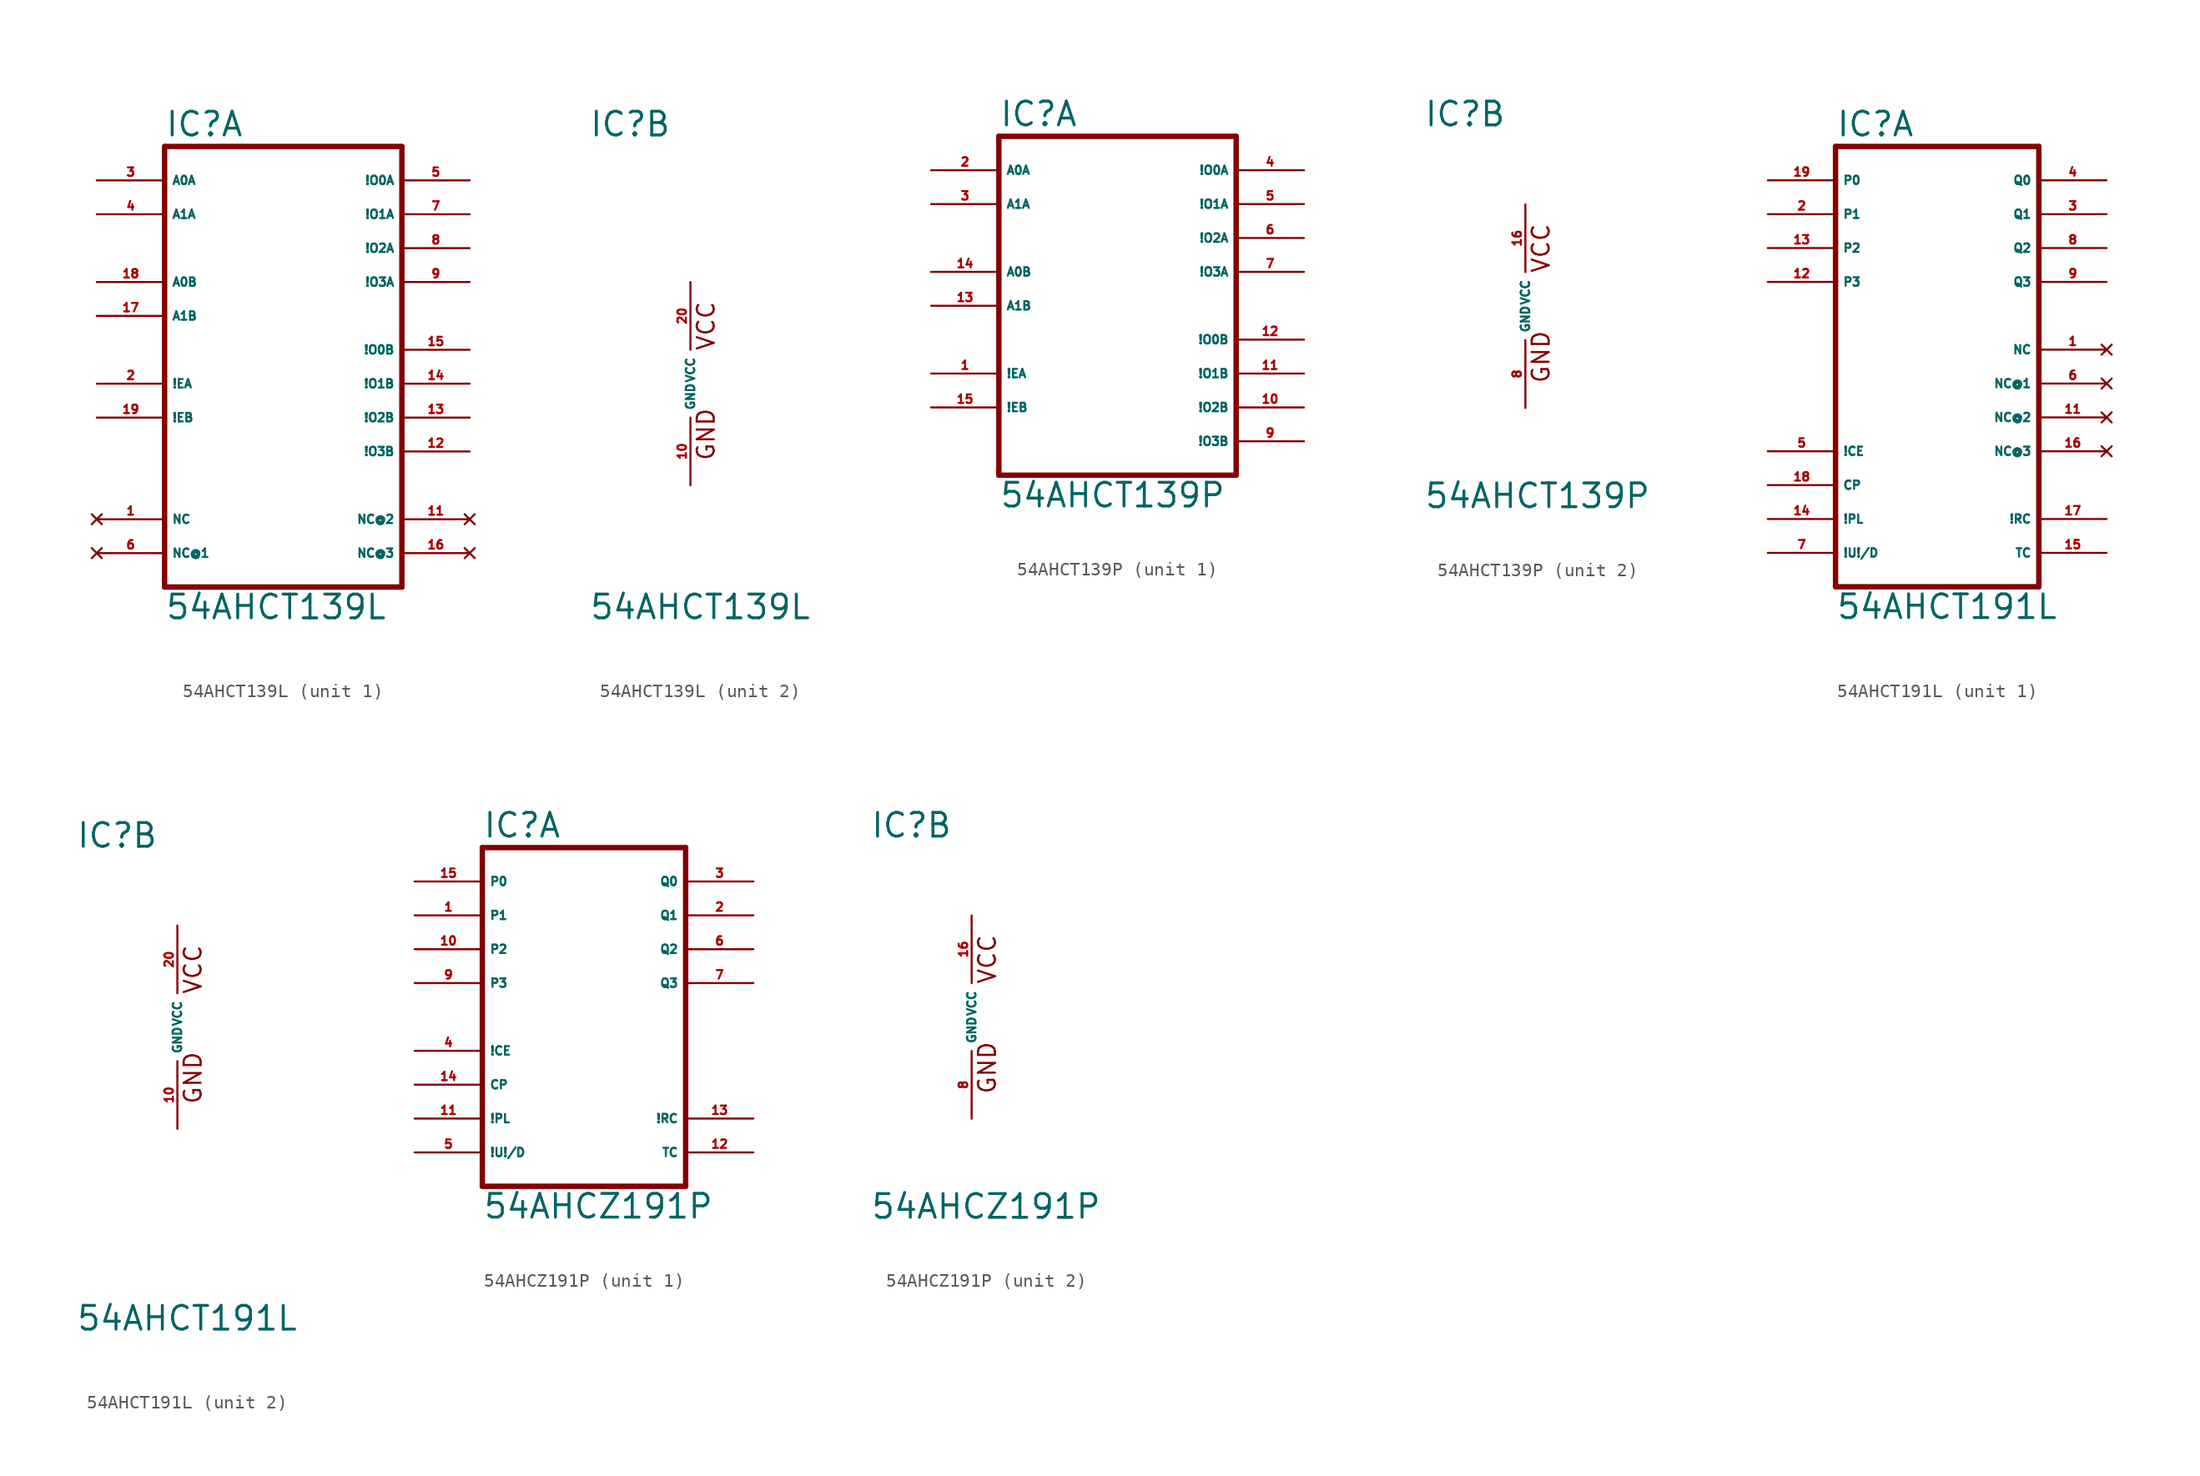
<source format=kicad_sym>
(kicad_symbol_lib
  (version 20220914)
  (generator Eagle2Kicad)
  (symbol "54AHCT139L"
    (property "Reference" "IC"
      (at -7.62 18.415 0)
      (effects (font (size 1.778 1.778) (thickness 0.22)) (justify left bottom)))
    (property "Value" "54AHCT139L"
      (at -7.62 -17.78 0)
      (effects (font (size 1.778 1.778) (thickness 0.22)) (justify left bottom)))
    (symbol "54AHCT139L_1_0"
      (polyline (pts (xy -7.62 -15.24) (xy 10.16 -15.24)) (stroke (width 0.406) (type default)) (fill (type none)))
      (polyline (pts (xy 10.16 -15.24) (xy 10.16 17.78)) (stroke (width 0.406) (type default)) (fill (type none)))
      (polyline (pts (xy 10.16 17.78) (xy -7.62 17.78)) (stroke (width 0.406) (type default)) (fill (type none)))
      (polyline (pts (xy -7.62 17.78) (xy -7.62 -15.24)) (stroke (width 0.406) (type default)) (fill (type none)))
      (pin input line (at -12.7 15.24 0) (length 5.08) (name "A0A" (effects (font (size 0.635 0.635) (thickness 0.08)) (justify left bottom))) (number "3" (effects (font (size 0.635 0.635) (thickness 0.08)) (justify left bottom))))
      (pin input line (at -12.7 12.7 0) (length 5.08) (name "A1A" (effects (font (size 0.635 0.635) (thickness 0.08)) (justify left bottom))) (number "4" (effects (font (size 0.635 0.635) (thickness 0.08)) (justify left bottom))))
      (pin input line (at -12.7 7.62 0) (length 5.08) (name "A0B" (effects (font (size 0.635 0.635) (thickness 0.08)) (justify left bottom))) (number "18" (effects (font (size 0.635 0.635) (thickness 0.08)) (justify left bottom))))
      (pin input line (at -12.7 5.08 0) (length 5.08) (name "A1B" (effects (font (size 0.635 0.635) (thickness 0.08)) (justify left bottom))) (number "17" (effects (font (size 0.635 0.635) (thickness 0.08)) (justify left bottom))))
      (pin input line (at -12.7 0 0) (length 5.08) (name "!EA" (effects (font (size 0.635 0.635) (thickness 0.08)) (justify left bottom))) (number "2" (effects (font (size 0.635 0.635) (thickness 0.08)) (justify left bottom))))
      (pin input line (at -12.7 -2.54 0) (length 5.08) (name "!EB" (effects (font (size 0.635 0.635) (thickness 0.08)) (justify left bottom))) (number "19" (effects (font (size 0.635 0.635) (thickness 0.08)) (justify left bottom))))
      (pin output line (at 15.24 15.24 180) (length 5.08) (name "!O0A" (effects (font (size 0.635 0.635) (thickness 0.08)) (justify left bottom))) (number "5" (effects (font (size 0.635 0.635) (thickness 0.08)) (justify left bottom))))
      (pin output line (at 15.24 12.7 180) (length 5.08) (name "!O1A" (effects (font (size 0.635 0.635) (thickness 0.08)) (justify left bottom))) (number "7" (effects (font (size 0.635 0.635) (thickness 0.08)) (justify left bottom))))
      (pin output line (at 15.24 10.16 180) (length 5.08) (name "!O2A" (effects (font (size 0.635 0.635) (thickness 0.08)) (justify left bottom))) (number "8" (effects (font (size 0.635 0.635) (thickness 0.08)) (justify left bottom))))
      (pin output line (at 15.24 7.62 180) (length 5.08) (name "!O3A" (effects (font (size 0.635 0.635) (thickness 0.08)) (justify left bottom))) (number "9" (effects (font (size 0.635 0.635) (thickness 0.08)) (justify left bottom))))
      (pin output line (at 15.24 2.54 180) (length 5.08) (name "!O0B" (effects (font (size 0.635 0.635) (thickness 0.08)) (justify left bottom))) (number "15" (effects (font (size 0.635 0.635) (thickness 0.08)) (justify left bottom))))
      (pin output line (at 15.24 0 180) (length 5.08) (name "!O1B" (effects (font (size 0.635 0.635) (thickness 0.08)) (justify left bottom))) (number "14" (effects (font (size 0.635 0.635) (thickness 0.08)) (justify left bottom))))
      (pin output line (at 15.24 -2.54 180) (length 5.08) (name "!O2B" (effects (font (size 0.635 0.635) (thickness 0.08)) (justify left bottom))) (number "13" (effects (font (size 0.635 0.635) (thickness 0.08)) (justify left bottom))))
      (pin output line (at 15.24 -5.08 180) (length 5.08) (name "!O3B" (effects (font (size 0.635 0.635) (thickness 0.08)) (justify left bottom))) (number "12" (effects (font (size 0.635 0.635) (thickness 0.08)) (justify left bottom))))
      (pin no_connect line (at -12.7 -10.16 0) (length 5.08) (name "NC" (effects (font (size 0.635 0.635) (thickness 0.08)) (justify left bottom) hide)) (number "1" (effects (font (size 0.635 0.635) (thickness 0.08)) (justify left bottom) hide)))
      (pin no_connect line (at 15.24 -10.16 180) (length 5.08) (name "NC@2" (effects (font (size 0.635 0.635) (thickness 0.08)) (justify left bottom) hide)) (number "11" (effects (font (size 0.635 0.635) (thickness 0.08)) (justify left bottom) hide)))
      (pin no_connect line (at -12.7 -12.7 0) (length 5.08) (name "NC@1" (effects (font (size 0.635 0.635) (thickness 0.08)) (justify left bottom) hide)) (number "6" (effects (font (size 0.635 0.635) (thickness 0.08)) (justify left bottom) hide)))
      (pin no_connect line (at 15.24 -12.7 180) (length 5.08) (name "NC@3" (effects (font (size 0.635 0.635) (thickness 0.08)) (justify left bottom) hide)) (number "16" (effects (font (size 0.635 0.635) (thickness 0.08)) (justify left bottom) hide))))
    (symbol "54AHCT139L_2_0"
      (text "GND" (at 1.905 -5.842 900) (effects (font (size 1.27 1.27) (thickness 0.16)) (justify left bottom)))
      (text "VCC" (at 1.905 2.413 900) (effects (font (size 1.27 1.27) (thickness 0.16)) (justify left bottom)))
      (pin unspecified line (at 0 7.62 270) (length 5.08) (name "VCC" (effects (font (size 0.635 0.635) (thickness 0.08)) (justify left bottom))) (number "20" (effects (font (size 0.635 0.635) (thickness 0.08)) (justify left bottom))))
      (pin unspecified line (at 0 -7.62 90) (length 5.08) (name "GND" (effects (font (size 0.635 0.635) (thickness 0.08)) (justify left bottom))) (number "10" (effects (font (size 0.635 0.635) (thickness 0.08)) (justify left bottom))))))
  (symbol "54AHCT139P"
    (property "Reference" "IC"
      (at -7.62 13.335 0)
      (effects (font (size 1.778 1.778) (thickness 0.22)) (justify left bottom)))
    (property "Value" "54AHCT139P"
      (at -7.62 -15.24 0)
      (effects (font (size 1.778 1.778) (thickness 0.22)) (justify left bottom)))
    (symbol "54AHCT139P_1_0"
      (polyline (pts (xy -7.62 -12.7) (xy 10.16 -12.7)) (stroke (width 0.406) (type default)) (fill (type none)))
      (polyline (pts (xy 10.16 -12.7) (xy 10.16 12.7)) (stroke (width 0.406) (type default)) (fill (type none)))
      (polyline (pts (xy 10.16 12.7) (xy -7.62 12.7)) (stroke (width 0.406) (type default)) (fill (type none)))
      (polyline (pts (xy -7.62 12.7) (xy -7.62 -12.7)) (stroke (width 0.406) (type default)) (fill (type none)))
      (pin input line (at -12.7 10.16 0) (length 5.08) (name "A0A" (effects (font (size 0.635 0.635) (thickness 0.08)) (justify left bottom))) (number "2" (effects (font (size 0.635 0.635) (thickness 0.08)) (justify left bottom))))
      (pin input line (at -12.7 7.62 0) (length 5.08) (name "A1A" (effects (font (size 0.635 0.635) (thickness 0.08)) (justify left bottom))) (number "3" (effects (font (size 0.635 0.635) (thickness 0.08)) (justify left bottom))))
      (pin input line (at -12.7 2.54 0) (length 5.08) (name "A0B" (effects (font (size 0.635 0.635) (thickness 0.08)) (justify left bottom))) (number "14" (effects (font (size 0.635 0.635) (thickness 0.08)) (justify left bottom))))
      (pin input line (at -12.7 0 0) (length 5.08) (name "A1B" (effects (font (size 0.635 0.635) (thickness 0.08)) (justify left bottom))) (number "13" (effects (font (size 0.635 0.635) (thickness 0.08)) (justify left bottom))))
      (pin input line (at -12.7 -5.08 0) (length 5.08) (name "!EA" (effects (font (size 0.635 0.635) (thickness 0.08)) (justify left bottom))) (number "1" (effects (font (size 0.635 0.635) (thickness 0.08)) (justify left bottom))))
      (pin input line (at -12.7 -7.62 0) (length 5.08) (name "!EB" (effects (font (size 0.635 0.635) (thickness 0.08)) (justify left bottom))) (number "15" (effects (font (size 0.635 0.635) (thickness 0.08)) (justify left bottom))))
      (pin output line (at 15.24 10.16 180) (length 5.08) (name "!O0A" (effects (font (size 0.635 0.635) (thickness 0.08)) (justify left bottom))) (number "4" (effects (font (size 0.635 0.635) (thickness 0.08)) (justify left bottom))))
      (pin output line (at 15.24 7.62 180) (length 5.08) (name "!O1A" (effects (font (size 0.635 0.635) (thickness 0.08)) (justify left bottom))) (number "5" (effects (font (size 0.635 0.635) (thickness 0.08)) (justify left bottom))))
      (pin output line (at 15.24 5.08 180) (length 5.08) (name "!O2A" (effects (font (size 0.635 0.635) (thickness 0.08)) (justify left bottom))) (number "6" (effects (font (size 0.635 0.635) (thickness 0.08)) (justify left bottom))))
      (pin output line (at 15.24 2.54 180) (length 5.08) (name "!O3A" (effects (font (size 0.635 0.635) (thickness 0.08)) (justify left bottom))) (number "7" (effects (font (size 0.635 0.635) (thickness 0.08)) (justify left bottom))))
      (pin output line (at 15.24 -2.54 180) (length 5.08) (name "!O0B" (effects (font (size 0.635 0.635) (thickness 0.08)) (justify left bottom))) (number "12" (effects (font (size 0.635 0.635) (thickness 0.08)) (justify left bottom))))
      (pin output line (at 15.24 -5.08 180) (length 5.08) (name "!O1B" (effects (font (size 0.635 0.635) (thickness 0.08)) (justify left bottom))) (number "11" (effects (font (size 0.635 0.635) (thickness 0.08)) (justify left bottom))))
      (pin output line (at 15.24 -7.62 180) (length 5.08) (name "!O2B" (effects (font (size 0.635 0.635) (thickness 0.08)) (justify left bottom))) (number "10" (effects (font (size 0.635 0.635) (thickness 0.08)) (justify left bottom))))
      (pin output line (at 15.24 -10.16 180) (length 5.08) (name "!O3B" (effects (font (size 0.635 0.635) (thickness 0.08)) (justify left bottom))) (number "9" (effects (font (size 0.635 0.635) (thickness 0.08)) (justify left bottom)))))
    (symbol "54AHCT139P_2_0"
      (text "GND" (at 1.905 -5.842 900) (effects (font (size 1.27 1.27) (thickness 0.16)) (justify left bottom)))
      (text "VCC" (at 1.905 2.413 900) (effects (font (size 1.27 1.27) (thickness 0.16)) (justify left bottom)))
      (pin unspecified line (at 0 7.62 270) (length 5.08) (name "VCC" (effects (font (size 0.635 0.635) (thickness 0.08)) (justify left bottom))) (number "16" (effects (font (size 0.635 0.635) (thickness 0.08)) (justify left bottom))))
      (pin unspecified line (at 0 -7.62 90) (length 5.08) (name "GND" (effects (font (size 0.635 0.635) (thickness 0.08)) (justify left bottom))) (number "8" (effects (font (size 0.635 0.635) (thickness 0.08)) (justify left bottom))))))
  (symbol "54AHCT191L"
    (property "Reference" "IC"
      (at -7.62 13.335 0)
      (effects (font (size 1.778 1.778) (thickness 0.22)) (justify left bottom)))
    (property "Value" "54AHCT191L"
      (at -7.62 -22.86 0)
      (effects (font (size 1.778 1.778) (thickness 0.22)) (justify left bottom)))
    (symbol "54AHCT191L_1_0"
      (polyline (pts (xy 7.62 12.7) (xy -7.62 12.7)) (stroke (width 0.406) (type default)) (fill (type none)))
      (polyline (pts (xy -7.62 12.7) (xy -7.62 -20.32)) (stroke (width 0.406) (type default)) (fill (type none)))
      (polyline (pts (xy -7.62 -20.32) (xy 7.62 -20.32)) (stroke (width 0.406) (type default)) (fill (type none)))
      (polyline (pts (xy 7.62 -20.32) (xy 7.62 12.7)) (stroke (width 0.406) (type default)) (fill (type none)))
      (pin input line (at -12.7 10.16 0) (length 5.08) (name "P0" (effects (font (size 0.635 0.635) (thickness 0.08)) (justify left bottom))) (number "19" (effects (font (size 0.635 0.635) (thickness 0.08)) (justify left bottom))))
      (pin input line (at -12.7 7.62 0) (length 5.08) (name "P1" (effects (font (size 0.635 0.635) (thickness 0.08)) (justify left bottom))) (number "2" (effects (font (size 0.635 0.635) (thickness 0.08)) (justify left bottom))))
      (pin input line (at -12.7 5.08 0) (length 5.08) (name "P2" (effects (font (size 0.635 0.635) (thickness 0.08)) (justify left bottom))) (number "13" (effects (font (size 0.635 0.635) (thickness 0.08)) (justify left bottom))))
      (pin input line (at -12.7 2.54 0) (length 5.08) (name "P3" (effects (font (size 0.635 0.635) (thickness 0.08)) (justify left bottom))) (number "12" (effects (font (size 0.635 0.635) (thickness 0.08)) (justify left bottom))))
      (pin input line (at -12.7 -10.16 0) (length 5.08) (name "!CE" (effects (font (size 0.635 0.635) (thickness 0.08)) (justify left bottom))) (number "5" (effects (font (size 0.635 0.635) (thickness 0.08)) (justify left bottom))))
      (pin input line (at -12.7 -12.7 0) (length 5.08) (name "CP" (effects (font (size 0.635 0.635) (thickness 0.08)) (justify left bottom))) (number "18" (effects (font (size 0.635 0.635) (thickness 0.08)) (justify left bottom))))
      (pin input line (at -12.7 -15.24 0) (length 5.08) (name "!PL" (effects (font (size 0.635 0.635) (thickness 0.08)) (justify left bottom))) (number "14" (effects (font (size 0.635 0.635) (thickness 0.08)) (justify left bottom))))
      (pin input line (at -12.7 -17.78 0) (length 5.08) (name "!U!/D" (effects (font (size 0.635 0.635) (thickness 0.08)) (justify left bottom))) (number "7" (effects (font (size 0.635 0.635) (thickness 0.08)) (justify left bottom))))
      (pin output line (at 12.7 10.16 180) (length 5.08) (name "Q0" (effects (font (size 0.635 0.635) (thickness 0.08)) (justify left bottom))) (number "4" (effects (font (size 0.635 0.635) (thickness 0.08)) (justify left bottom))))
      (pin output line (at 12.7 7.62 180) (length 5.08) (name "Q1" (effects (font (size 0.635 0.635) (thickness 0.08)) (justify left bottom))) (number "3" (effects (font (size 0.635 0.635) (thickness 0.08)) (justify left bottom))))
      (pin output line (at 12.7 5.08 180) (length 5.08) (name "Q2" (effects (font (size 0.635 0.635) (thickness 0.08)) (justify left bottom))) (number "8" (effects (font (size 0.635 0.635) (thickness 0.08)) (justify left bottom))))
      (pin output line (at 12.7 2.54 180) (length 5.08) (name "Q3" (effects (font (size 0.635 0.635) (thickness 0.08)) (justify left bottom))) (number "9" (effects (font (size 0.635 0.635) (thickness 0.08)) (justify left bottom))))
      (pin output line (at 12.7 -15.24 180) (length 5.08) (name "!RC" (effects (font (size 0.635 0.635) (thickness 0.08)) (justify left bottom))) (number "17" (effects (font (size 0.635 0.635) (thickness 0.08)) (justify left bottom))))
      (pin output line (at 12.7 -17.78 180) (length 5.08) (name "TC" (effects (font (size 0.635 0.635) (thickness 0.08)) (justify left bottom))) (number "15" (effects (font (size 0.635 0.635) (thickness 0.08)) (justify left bottom))))
      (pin no_connect line (at 12.7 -2.54 180) (length 5.08) (name "NC" (effects (font (size 0.635 0.635) (thickness 0.08)) (justify left bottom) hide)) (number "1" (effects (font (size 0.635 0.635) (thickness 0.08)) (justify left bottom) hide)))
      (pin no_connect line (at 12.7 -5.08 180) (length 5.08) (name "NC@1" (effects (font (size 0.635 0.635) (thickness 0.08)) (justify left bottom) hide)) (number "6" (effects (font (size 0.635 0.635) (thickness 0.08)) (justify left bottom) hide)))
      (pin no_connect line (at 12.7 -7.62 180) (length 5.08) (name "NC@2" (effects (font (size 0.635 0.635) (thickness 0.08)) (justify left bottom) hide)) (number "11" (effects (font (size 0.635 0.635) (thickness 0.08)) (justify left bottom) hide)))
      (pin no_connect line (at 12.7 -10.16 180) (length 5.08) (name "NC@3" (effects (font (size 0.635 0.635) (thickness 0.08)) (justify left bottom) hide)) (number "16" (effects (font (size 0.635 0.635) (thickness 0.08)) (justify left bottom) hide))))
    (symbol "54AHCT191L_2_0"
      (text "GND" (at 1.905 -5.842 900) (effects (font (size 1.27 1.27) (thickness 0.16)) (justify left bottom)))
      (text "VCC" (at 1.905 2.413 900) (effects (font (size 1.27 1.27) (thickness 0.16)) (justify left bottom)))
      (pin unspecified line (at 0 7.62 270) (length 5.08) (name "VCC" (effects (font (size 0.635 0.635) (thickness 0.08)) (justify left bottom))) (number "20" (effects (font (size 0.635 0.635) (thickness 0.08)) (justify left bottom))))
      (pin unspecified line (at 0 -7.62 90) (length 5.08) (name "GND" (effects (font (size 0.635 0.635) (thickness 0.08)) (justify left bottom))) (number "10" (effects (font (size 0.635 0.635) (thickness 0.08)) (justify left bottom))))))
  (symbol "54AHCZ191P"
    (property "Reference" "IC"
      (at -7.62 13.335 0)
      (effects (font (size 1.778 1.778) (thickness 0.22)) (justify left bottom)))
    (property "Value" "54AHCZ191P"
      (at -7.62 -15.24 0)
      (effects (font (size 1.778 1.778) (thickness 0.22)) (justify left bottom)))
    (symbol "54AHCZ191P_1_0"
      (polyline (pts (xy 7.62 12.7) (xy -7.62 12.7)) (stroke (width 0.406) (type default)) (fill (type none)))
      (polyline (pts (xy -7.62 12.7) (xy -7.62 -12.7)) (stroke (width 0.406) (type default)) (fill (type none)))
      (polyline (pts (xy -7.62 -12.7) (xy 7.62 -12.7)) (stroke (width 0.406) (type default)) (fill (type none)))
      (polyline (pts (xy 7.62 -12.7) (xy 7.62 12.7)) (stroke (width 0.406) (type default)) (fill (type none)))
      (pin input line (at -12.7 10.16 0) (length 5.08) (name "P0" (effects (font (size 0.635 0.635) (thickness 0.08)) (justify left bottom))) (number "15" (effects (font (size 0.635 0.635) (thickness 0.08)) (justify left bottom))))
      (pin input line (at -12.7 7.62 0) (length 5.08) (name "P1" (effects (font (size 0.635 0.635) (thickness 0.08)) (justify left bottom))) (number "1" (effects (font (size 0.635 0.635) (thickness 0.08)) (justify left bottom))))
      (pin input line (at -12.7 5.08 0) (length 5.08) (name "P2" (effects (font (size 0.635 0.635) (thickness 0.08)) (justify left bottom))) (number "10" (effects (font (size 0.635 0.635) (thickness 0.08)) (justify left bottom))))
      (pin input line (at -12.7 2.54 0) (length 5.08) (name "P3" (effects (font (size 0.635 0.635) (thickness 0.08)) (justify left bottom))) (number "9" (effects (font (size 0.635 0.635) (thickness 0.08)) (justify left bottom))))
      (pin input line (at -12.7 -2.54 0) (length 5.08) (name "!CE" (effects (font (size 0.635 0.635) (thickness 0.08)) (justify left bottom))) (number "4" (effects (font (size 0.635 0.635) (thickness 0.08)) (justify left bottom))))
      (pin input line (at -12.7 -5.08 0) (length 5.08) (name "CP" (effects (font (size 0.635 0.635) (thickness 0.08)) (justify left bottom))) (number "14" (effects (font (size 0.635 0.635) (thickness 0.08)) (justify left bottom))))
      (pin input line (at -12.7 -7.62 0) (length 5.08) (name "!PL" (effects (font (size 0.635 0.635) (thickness 0.08)) (justify left bottom))) (number "11" (effects (font (size 0.635 0.635) (thickness 0.08)) (justify left bottom))))
      (pin input line (at -12.7 -10.16 0) (length 5.08) (name "!U!/D" (effects (font (size 0.635 0.635) (thickness 0.08)) (justify left bottom))) (number "5" (effects (font (size 0.635 0.635) (thickness 0.08)) (justify left bottom))))
      (pin output line (at 12.7 10.16 180) (length 5.08) (name "Q0" (effects (font (size 0.635 0.635) (thickness 0.08)) (justify left bottom))) (number "3" (effects (font (size 0.635 0.635) (thickness 0.08)) (justify left bottom))))
      (pin output line (at 12.7 7.62 180) (length 5.08) (name "Q1" (effects (font (size 0.635 0.635) (thickness 0.08)) (justify left bottom))) (number "2" (effects (font (size 0.635 0.635) (thickness 0.08)) (justify left bottom))))
      (pin output line (at 12.7 5.08 180) (length 5.08) (name "Q2" (effects (font (size 0.635 0.635) (thickness 0.08)) (justify left bottom))) (number "6" (effects (font (size 0.635 0.635) (thickness 0.08)) (justify left bottom))))
      (pin output line (at 12.7 2.54 180) (length 5.08) (name "Q3" (effects (font (size 0.635 0.635) (thickness 0.08)) (justify left bottom))) (number "7" (effects (font (size 0.635 0.635) (thickness 0.08)) (justify left bottom))))
      (pin output line (at 12.7 -7.62 180) (length 5.08) (name "!RC" (effects (font (size 0.635 0.635) (thickness 0.08)) (justify left bottom))) (number "13" (effects (font (size 0.635 0.635) (thickness 0.08)) (justify left bottom))))
      (pin output line (at 12.7 -10.16 180) (length 5.08) (name "TC" (effects (font (size 0.635 0.635) (thickness 0.08)) (justify left bottom))) (number "12" (effects (font (size 0.635 0.635) (thickness 0.08)) (justify left bottom)))))
    (symbol "54AHCZ191P_2_0"
      (text "GND" (at 1.905 -5.842 900) (effects (font (size 1.27 1.27) (thickness 0.16)) (justify left bottom)))
      (text "VCC" (at 1.905 2.413 900) (effects (font (size 1.27 1.27) (thickness 0.16)) (justify left bottom)))
      (pin unspecified line (at 0 7.62 270) (length 5.08) (name "VCC" (effects (font (size 0.635 0.635) (thickness 0.08)) (justify left bottom))) (number "16" (effects (font (size 0.635 0.635) (thickness 0.08)) (justify left bottom))))
      (pin unspecified line (at 0 -7.62 90) (length 5.08) (name "GND" (effects (font (size 0.635 0.635) (thickness 0.08)) (justify left bottom))) (number "8" (effects (font (size 0.635 0.635) (thickness 0.08)) (justify left bottom)))))))
</source>
